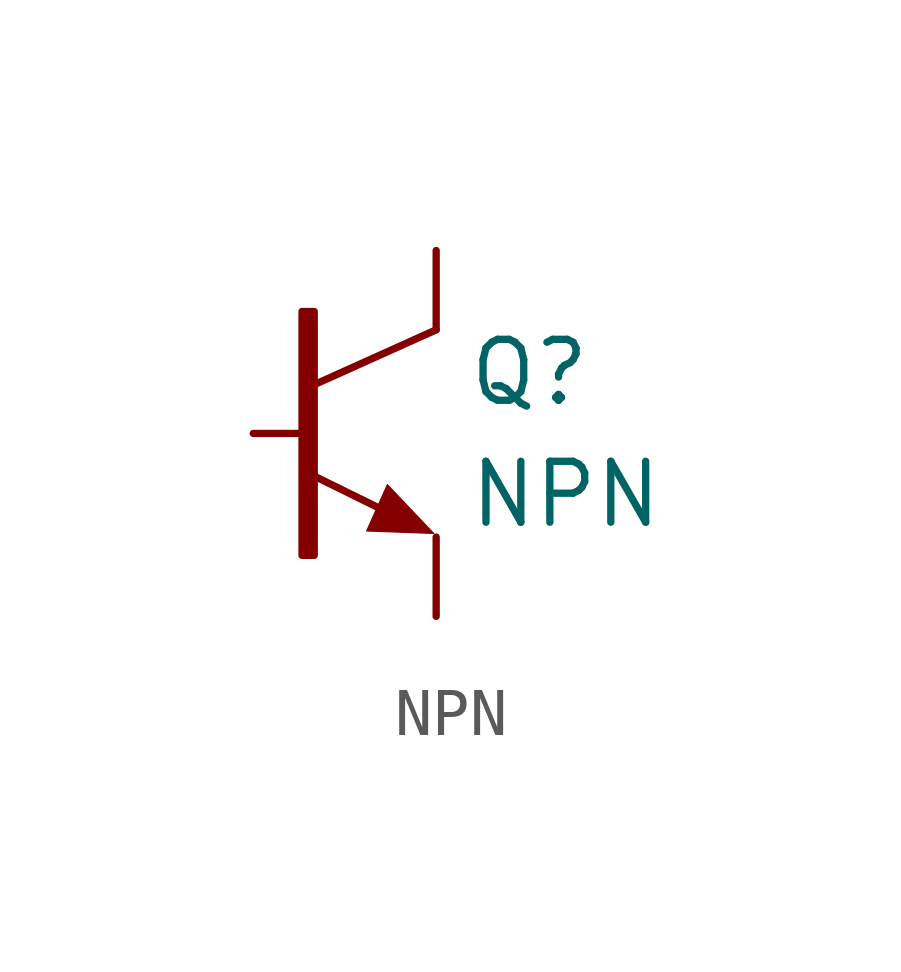
<source format=kicad_sym>
(kicad_symbol_lib
  (version 20211014)
  (generator kicad_symbol_editor)
  (symbol "NPN"
    (pin_numbers hide)
    (pin_names
      (offset 1.016))
    (property "Reference" "Q"
      (at 0.635 1.27 0)
      (effects (font (size 1.27 1.27)) (justify left)))
    (property "Value" "NPN"
      (at 0.635 -1.27 0)
      (effects (font (size 1.27 1.27)) (justify left)))
    (symbol "NPN_0_1"
      (rectangle (start -2.794 -2.54) (end -2.54 2.54) (stroke (width 0) (type default) (color 0 0 0 0)) (fill (type outline)))
      (polyline (pts (xy -2.54 -0.889) (xy -0.838 -1.727)) (stroke (width 0) (type default) (color 0 0 0 0)) (fill (type none)))
      (polyline (pts (xy 0 2.159) (xy -2.54 1.016)) (stroke (width 0) (type default) (color 0 0 0 0)) (fill (type none)))
      (polyline (pts (xy -0.051 -2.083) (xy -1.448 -2.032) (xy -1.016 -1.067) (xy -0.051 -2.083)) (stroke (width 0.025) (type default) (color 0 0 0 0)) (fill (type outline))))
    (symbol "NPN_1_1"
      (pin input line (at -3.81 0 0) (length 1.016) (name "~" (effects (font (size 1.27 1.27)))) (number "B" (effects (font (size 0.762 0.762)))))
      (pin input line (at 0 3.81 270) (length 1.651) (name "~" (effects (font (size 1.27 1.27)))) (number "C" (effects (font (size 0.762 0.762)))))
      (pin input line (at 0 -3.81 90) (length 1.651) (name "~" (effects (font (size 1.27 1.27)))) (number "E" (effects (font (size 0.762 0.762))))))))
</source>
